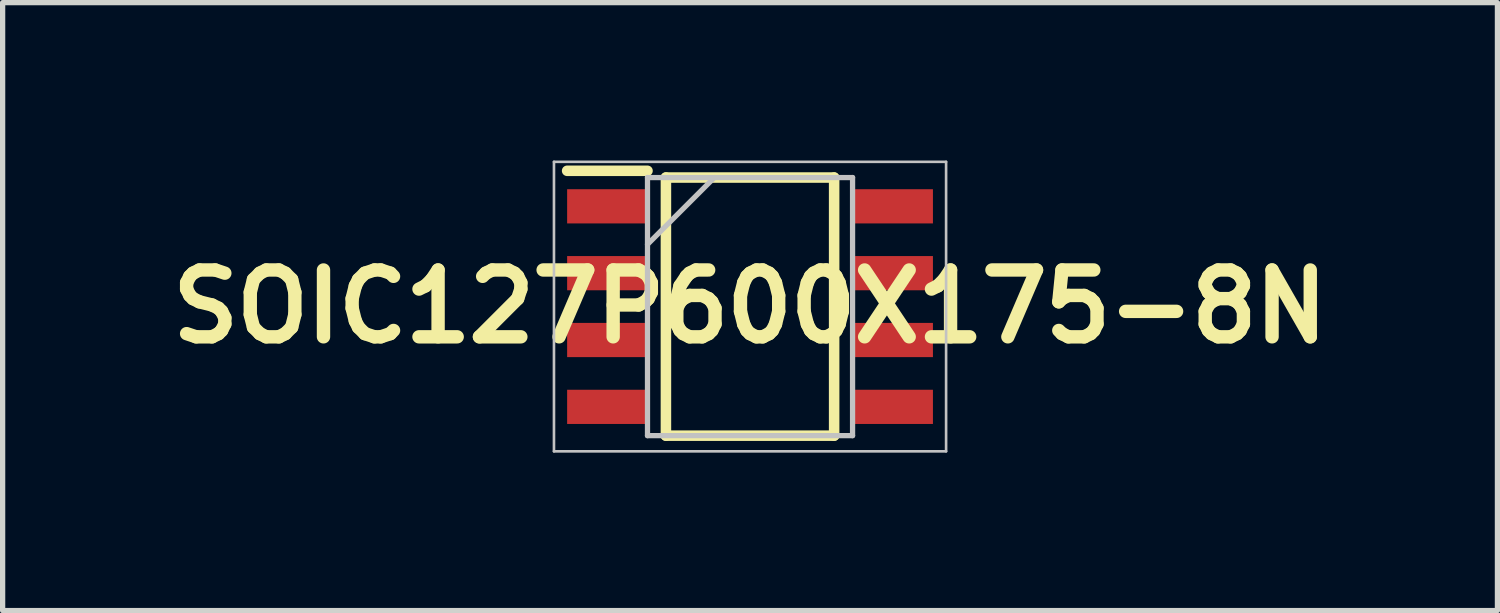
<source format=kicad_pcb>
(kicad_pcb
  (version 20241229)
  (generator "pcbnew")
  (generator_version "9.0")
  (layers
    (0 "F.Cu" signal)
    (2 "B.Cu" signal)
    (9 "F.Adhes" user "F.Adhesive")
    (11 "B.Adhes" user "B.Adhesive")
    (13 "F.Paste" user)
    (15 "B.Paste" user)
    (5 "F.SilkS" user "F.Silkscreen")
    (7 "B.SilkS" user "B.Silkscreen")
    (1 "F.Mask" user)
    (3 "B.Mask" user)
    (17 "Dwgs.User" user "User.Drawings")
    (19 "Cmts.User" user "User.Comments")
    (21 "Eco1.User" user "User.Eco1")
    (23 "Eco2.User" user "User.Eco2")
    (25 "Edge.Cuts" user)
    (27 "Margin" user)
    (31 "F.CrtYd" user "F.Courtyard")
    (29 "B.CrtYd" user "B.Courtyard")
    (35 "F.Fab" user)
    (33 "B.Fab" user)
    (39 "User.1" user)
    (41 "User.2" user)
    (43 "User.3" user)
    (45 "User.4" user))
  (footprint "SOIC127P600X175-8N"
    (layer "F.Cu")
    (at 11.2 2.775)
    (property "Reference" "SOIC127P600X175-8N" (at 0 0 0) (layer "F.SilkS") (effects (font (size 1.27 1.27) (thickness 0.254))))
    (attr smd)
    (fp_line (start -3.475 -2.58) (end -1.948 -2.58) (stroke (width 0.2) (type solid)) (layer "F.SilkS"))
    (fp_line (start -1.598 -2.452) (end 1.598 -2.452) (stroke (width 0.2) (type solid)) (layer "F.SilkS"))
    (fp_line (start -1.598 2.452) (end -1.598 -2.452) (stroke (width 0.2) (type solid)) (layer "F.SilkS"))
    (fp_line (start 1.598 -2.452) (end 1.598 2.452) (stroke (width 0.2) (type solid)) (layer "F.SilkS"))
    (fp_line (start 1.598 2.452) (end -1.598 2.452) (stroke (width 0.2) (type solid)) (layer "F.SilkS"))
    (fp_line (start -3.725 -2.75) (end 3.725 -2.75) (stroke (width 0.05) (type solid)) (layer "Dwgs.User"))
    (fp_line (start -3.725 2.75) (end -3.725 -2.75) (stroke (width 0.05) (type solid)) (layer "Dwgs.User"))
    (fp_line (start -1.948 -2.452) (end 1.948 -2.452) (stroke (width 0.1) (type solid)) (layer "Dwgs.User"))
    (fp_line (start -1.948 -1.182) (end -0.678 -2.452) (stroke (width 0.1) (type solid)) (layer "Dwgs.User"))
    (fp_line (start -1.948 2.452) (end -1.948 -2.452) (stroke (width 0.1) (type solid)) (layer "Dwgs.User"))
    (fp_line (start 1.948 -2.452) (end 1.948 2.452) (stroke (width 0.1) (type solid)) (layer "Dwgs.User"))
    (fp_line (start 1.948 2.452) (end -1.948 2.452) (stroke (width 0.1) (type solid)) (layer "Dwgs.User"))
    (fp_line (start 3.725 -2.75) (end 3.725 2.75) (stroke (width 0.05) (type solid)) (layer "Dwgs.User"))
    (fp_line (start 3.725 2.75) (end -3.725 2.75) (stroke (width 0.05) (type solid)) (layer "Dwgs.User"))
    (pad "1" smd rect (at -2.711 -1.905 90) (size 0.65 1.528) (layers "F.Cu" "F.Mask" "F.Paste"))
    (pad "2" smd rect (at -2.711 -0.635 90) (size 0.65 1.528) (layers "F.Cu" "F.Mask" "F.Paste"))
    (pad "3" smd rect (at -2.711 0.635 90) (size 0.65 1.528) (layers "F.Cu" "F.Mask" "F.Paste"))
    (pad "4" smd rect (at -2.711 1.905 90) (size 0.65 1.528) (layers "F.Cu" "F.Mask" "F.Paste"))
    (pad "5" smd rect (at 2.711 1.905 90) (size 0.65 1.528) (layers "F.Cu" "F.Mask" "F.Paste"))
    (pad "6" smd rect (at 2.711 0.635 90) (size 0.65 1.528) (layers "F.Cu" "F.Mask" "F.Paste"))
    (pad "7" smd rect (at 2.711 -0.635 90) (size 0.65 1.528) (layers "F.Cu" "F.Mask" "F.Paste"))
    (pad "8" smd rect (at 2.711 -1.905 90) (size 0.65 1.528) (layers "F.Cu" "F.Mask" "F.Paste")))
  (gr_rect
    (start -3 -3)
    (end 25.4 8.55)
    (stroke (width 0.1) (type default))
    (fill no)
    (layer "Edge.Cuts")))
</source>
